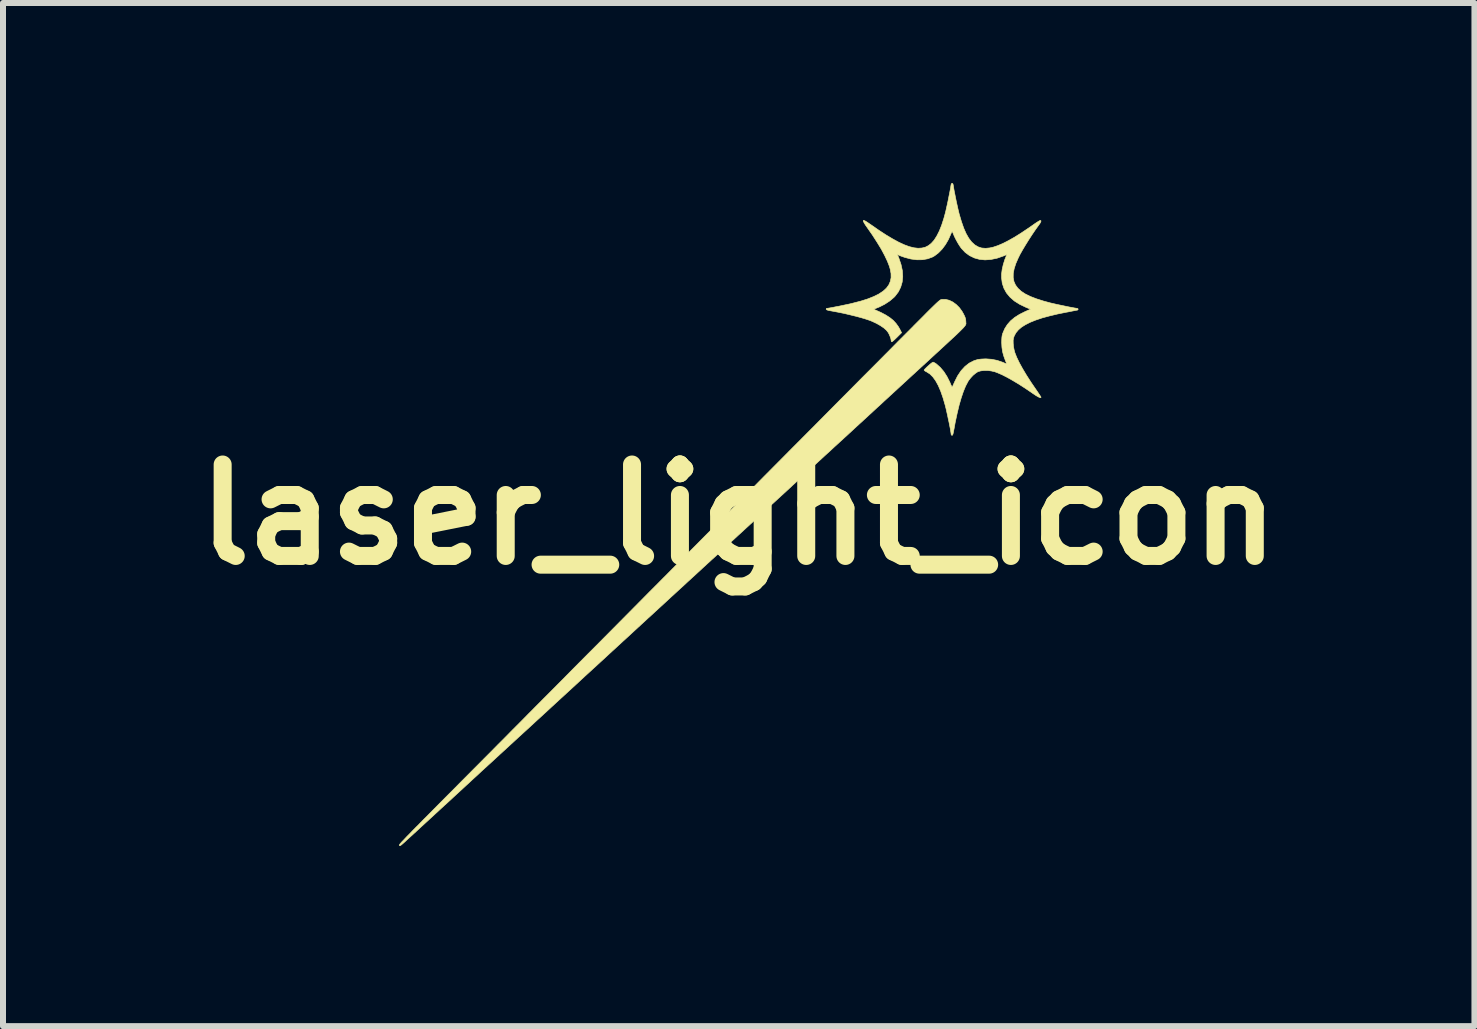
<source format=kicad_pcb>
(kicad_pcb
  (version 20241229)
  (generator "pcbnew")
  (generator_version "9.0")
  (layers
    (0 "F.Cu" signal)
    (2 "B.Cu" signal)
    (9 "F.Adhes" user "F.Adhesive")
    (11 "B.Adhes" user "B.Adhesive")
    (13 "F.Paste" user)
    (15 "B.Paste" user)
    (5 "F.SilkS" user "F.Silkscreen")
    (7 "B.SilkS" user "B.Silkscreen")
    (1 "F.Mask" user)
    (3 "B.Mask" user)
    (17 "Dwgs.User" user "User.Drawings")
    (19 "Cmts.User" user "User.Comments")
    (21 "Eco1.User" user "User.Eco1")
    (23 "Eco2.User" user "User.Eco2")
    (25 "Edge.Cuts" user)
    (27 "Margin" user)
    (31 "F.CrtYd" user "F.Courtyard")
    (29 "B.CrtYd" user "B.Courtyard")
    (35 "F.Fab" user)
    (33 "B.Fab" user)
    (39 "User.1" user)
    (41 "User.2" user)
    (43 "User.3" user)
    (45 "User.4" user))
  (footprint "laser_light_icon"
    (layer "F.Cu")
    (at 9.26 5.525)
    (property "Reference" "laser_light_icon" (at 0 0 0) (layer "F.SilkS") (effects (font (size 1.524 1.524) (thickness 0.3))))
    (attr through_hole)
    (fp_poly (pts (xy 3.448 -3.586) (xy 3.508 -3.571) (xy 3.568 -3.542) (xy 3.625 -3.5) (xy 3.677 -3.448) (xy 3.722 -3.386) (xy 3.746 -3.343) (xy 3.765 -3.305) (xy 3.776 -3.276) (xy 3.782 -3.251) (xy 3.784 -3.226) (xy 3.785 -3.217) (xy 3.785 -3.206) (xy 3.786 -3.197) (xy 3.787 -3.189) (xy 3.787 -3.181) (xy 3.785 -3.173) (xy 3.782 -3.164) (xy 3.776 -3.153) (xy 3.766 -3.14) (xy 3.753 -3.124) (xy 3.736 -3.105) (xy 3.713 -3.082) (xy 3.685 -3.054) (xy 3.651 -3.021) (xy 3.609 -2.981) (xy 3.56 -2.936) (xy 3.503 -2.883) (xy 3.437 -2.822) (xy 3.362 -2.753) (xy 3.277 -2.675) (xy 3.182 -2.587) (xy 3.075 -2.489) (xy 2.956 -2.38) (xy 2.951 -2.375) (xy 2.884 -2.314) (xy 2.818 -2.253) (xy 2.755 -2.195) (xy 2.695 -2.14) (xy 2.642 -2.091) (xy 2.595 -2.048) (xy 2.558 -2.014) (xy 2.531 -1.989) (xy 2.527 -1.986) (xy 2.504 -1.964) (xy 2.47 -1.933) (xy 2.425 -1.892) (xy 2.372 -1.842) (xy 2.31 -1.786) (xy 2.242 -1.723) (xy 2.168 -1.655) (xy 2.09 -1.583) (xy 2.009 -1.509) (xy 1.925 -1.432) (xy 1.841 -1.354) (xy 1.757 -1.277) (xy 1.674 -1.201) (xy 1.594 -1.128) (xy 1.518 -1.057) (xy 1.446 -0.992) (xy 1.38 -0.931) (xy 1.322 -0.878) (xy 1.272 -0.832) (xy 1.266 -0.826) (xy 1.214 -0.779) (xy 1.163 -0.732) (xy 1.115 -0.688) (xy 1.073 -0.649) (xy 1.038 -0.616) (xy 1.012 -0.593) (xy 1.008 -0.588) (xy 0.995 -0.577) (xy 0.983 -0.565) (xy 0.97 -0.554) (xy 0.956 -0.541) (xy 0.94 -0.526) (xy 0.921 -0.509) (xy 0.898 -0.488) (xy 0.871 -0.462) (xy 0.837 -0.431) (xy 0.797 -0.394) (xy 0.749 -0.35) (xy 0.692 -0.298) (xy 0.627 -0.238) (xy 0.55 -0.168) (xy 0.463 -0.088) (xy 0.428 -0.055) (xy 0.336 0.029) (xy 0.256 0.103) (xy 0.186 0.167) (xy 0.126 0.222) (xy 0.075 0.269) (xy 0.032 0.309) (xy -0.005 0.342) (xy -0.035 0.37) (xy -0.06 0.393) (xy -0.081 0.413) (xy -0.099 0.429) (xy -0.115 0.443) (xy -0.129 0.456) (xy -0.142 0.469) (xy -0.152 0.478) (xy -0.173 0.498) (xy -0.204 0.526) (xy -0.245 0.563) (xy -0.292 0.607) (xy -0.344 0.655) (xy -0.4 0.707) (xy -0.458 0.759) (xy -0.465 0.766) (xy -0.532 0.827) (xy -0.607 0.896) (xy -0.688 0.971) (xy -0.771 1.047) (xy -0.852 1.121) (xy -0.928 1.192) (xy -0.981 1.24) (xy -1.053 1.306) (xy -1.133 1.379) (xy -1.218 1.458) (xy -1.304 1.537) (xy -1.388 1.614) (xy -1.466 1.686) (xy -1.516 1.731) (xy -1.562 1.774) (xy -1.619 1.826) (xy -1.685 1.887) (xy -1.76 1.956) (xy -1.842 2.032) (xy -1.93 2.112) (xy -2.021 2.196) (xy -2.116 2.283) (xy -2.211 2.371) (xy -2.307 2.459) (xy -2.401 2.546) (xy -2.404 2.548) (xy -2.569 2.699) (xy -2.721 2.84) (xy -2.864 2.971) (xy -2.998 3.094) (xy -3.123 3.209) (xy -3.242 3.319) (xy -3.356 3.423) (xy -3.464 3.523) (xy -3.57 3.62) (xy -3.673 3.714) (xy -3.775 3.808) (xy -3.877 3.902) (xy -3.981 3.997) (xy -4.086 4.094) (xy -4.178 4.178) (xy -4.234 4.229) (xy -4.292 4.282) (xy -4.349 4.336) (xy -4.404 4.386) (xy -4.452 4.43) (xy -4.49 4.466) (xy -4.491 4.467) (xy -4.513 4.487) (xy -4.546 4.517) (xy -4.589 4.557) (xy -4.641 4.605) (xy -4.7 4.659) (xy -4.765 4.719) (xy -4.835 4.784) (xy -4.909 4.851) (xy -4.985 4.921) (xy -5.062 4.992) (xy -5.138 5.062) (xy -5.214 5.132) (xy -5.286 5.198) (xy -5.354 5.261) (xy -5.417 5.319) (xy -5.474 5.371) (xy -5.523 5.415) (xy -5.562 5.452) (xy -5.589 5.476) (xy -5.62 5.503) (xy -5.64 5.517) (xy -5.652 5.518) (xy -5.655 5.508) (xy -5.654 5.504) (xy -5.652 5.5) (xy -5.648 5.493) (xy -5.639 5.482) (xy -5.627 5.468) (xy -5.61 5.449) (xy -5.587 5.426) (xy -5.56 5.397) (xy -5.526 5.361) (xy -5.485 5.32) (xy -5.438 5.271) (xy -5.383 5.215) (xy -5.319 5.151) (xy -5.248 5.078) (xy -5.166 4.996) (xy -5.076 4.905) (xy -4.975 4.803) (xy -4.863 4.69) (xy -4.74 4.567) (xy -4.674 4.5) (xy -4.607 4.432) (xy -4.529 4.354) (xy -4.441 4.265) (xy -4.344 4.168) (xy -4.239 4.062) (xy -4.128 3.951) (xy -4.012 3.833) (xy -3.89 3.711) (xy -3.766 3.585) (xy -3.638 3.457) (xy -3.51 3.327) (xy -3.381 3.197) (xy -3.253 3.068) (xy -3.126 2.941) (xy -3.014 2.828) (xy -2.89 2.703) (xy -2.763 2.574) (xy -2.634 2.444) (xy -2.504 2.313) (xy -2.374 2.183) (xy -2.246 2.054) (xy -2.12 1.927) (xy -1.998 1.804) (xy -1.88 1.685) (xy -1.768 1.572) (xy -1.663 1.466) (xy -1.566 1.368) (xy -1.477 1.278) (xy -1.398 1.199) (xy -1.338 1.139) (xy -1.259 1.059) (xy -1.181 0.981) (xy -1.104 0.903) (xy -1.027 0.825) (xy -0.949 0.747) (xy -0.87 0.668) (xy -0.789 0.586) (xy -0.705 0.502) (xy -0.618 0.414) (xy -0.527 0.322) (xy -0.431 0.226) (xy -0.33 0.123) (xy -0.222 0.015) (xy -0.108 -0.1) (xy 0.014 -0.223) (xy 0.144 -0.354) (xy 0.283 -0.494) (xy 0.431 -0.644) (xy 0.59 -0.804) (xy 0.76 -0.975) (xy 0.83 -1.046) (xy 1.064 -1.281) (xy 1.286 -1.504) (xy 1.496 -1.716) (xy 1.695 -1.917) (xy 1.883 -2.106) (xy 2.06 -2.285) (xy 2.227 -2.452) (xy 2.383 -2.609) (xy 2.529 -2.756) (xy 2.664 -2.893) (xy 2.79 -3.019) (xy 2.907 -3.136) (xy 2.913 -3.143) (xy 2.996 -3.226) (xy 3.067 -3.297) (xy 3.128 -3.359) (xy 3.18 -3.411) (xy 3.224 -3.454) (xy 3.26 -3.489) (xy 3.289 -3.517) (xy 3.313 -3.539) (xy 3.332 -3.556) (xy 3.347 -3.567) (xy 3.358 -3.576) (xy 3.368 -3.581) (xy 3.376 -3.584) (xy 3.384 -3.585) (xy 3.389 -3.586) (xy 3.448 -3.586)) (stroke (width 0.01) (type solid)) (fill yes) (layer "F.SilkS"))
    (fp_poly (pts (xy 3.566 -5.516) (xy 3.572 -5.502) (xy 3.577 -5.476) (xy 3.582 -5.443) (xy 3.59 -5.397) (xy 3.601 -5.342) (xy 3.613 -5.281) (xy 3.626 -5.217) (xy 3.64 -5.154) (xy 3.653 -5.095) (xy 3.665 -5.045) (xy 3.674 -5.008) (xy 3.711 -4.883) (xy 3.749 -4.774) (xy 3.79 -4.681) (xy 3.834 -4.604) (xy 3.882 -4.542) (xy 3.933 -4.495) (xy 3.988 -4.462) (xy 4.049 -4.442) (xy 4.114 -4.437) (xy 4.185 -4.444) (xy 4.243 -4.457) (xy 4.32 -4.483) (xy 4.404 -4.519) (xy 4.496 -4.566) (xy 4.597 -4.623) (xy 4.707 -4.692) (xy 4.828 -4.773) (xy 4.9 -4.823) (xy 4.938 -4.85) (xy 4.973 -4.873) (xy 5.001 -4.89) (xy 5.019 -4.9) (xy 5.025 -4.902) (xy 5.036 -4.897) (xy 5.035 -4.88) (xy 5.02 -4.853) (xy 5.005 -4.832) (xy 4.946 -4.75) (xy 4.887 -4.663) (xy 4.83 -4.575) (xy 4.776 -4.488) (xy 4.727 -4.406) (xy 4.685 -4.331) (xy 4.657 -4.274) (xy 4.617 -4.182) (xy 4.59 -4.098) (xy 4.575 -4.02) (xy 4.574 -3.95) (xy 4.586 -3.885) (xy 4.612 -3.826) (xy 4.652 -3.772) (xy 4.706 -3.722) (xy 4.776 -3.676) (xy 4.862 -3.634) (xy 4.963 -3.595) (xy 5.08 -3.558) (xy 5.194 -3.527) (xy 5.238 -3.517) (xy 5.29 -3.505) (xy 5.346 -3.493) (xy 5.404 -3.481) (xy 5.461 -3.469) (xy 5.515 -3.458) (xy 5.563 -3.449) (xy 5.601 -3.442) (xy 5.628 -3.438) (xy 5.638 -3.437) (xy 5.652 -3.432) (xy 5.656 -3.42) (xy 5.649 -3.41) (xy 5.645 -3.408) (xy 5.634 -3.406) (xy 5.609 -3.401) (xy 5.572 -3.394) (xy 5.527 -3.385) (xy 5.477 -3.375) (xy 5.469 -3.374) (xy 5.315 -3.343) (xy 5.177 -3.31) (xy 5.055 -3.277) (xy 4.948 -3.241) (xy 4.856 -3.204) (xy 4.777 -3.164) (xy 4.712 -3.123) (xy 4.66 -3.078) (xy 4.62 -3.03) (xy 4.592 -2.979) (xy 4.579 -2.942) (xy 4.573 -2.902) (xy 4.574 -2.852) (xy 4.579 -2.797) (xy 4.59 -2.741) (xy 4.602 -2.697) (xy 4.633 -2.619) (xy 4.676 -2.53) (xy 4.731 -2.43) (xy 4.796 -2.321) (xy 4.872 -2.203) (xy 4.95 -2.089) (xy 4.978 -2.048) (xy 5.002 -2.012) (xy 5.021 -1.983) (xy 5.034 -1.963) (xy 5.038 -1.955) (xy 5.032 -1.947) (xy 5.017 -1.95) (xy 4.99 -1.962) (xy 4.951 -1.985) (xy 4.9 -2.019) (xy 4.888 -2.028) (xy 4.776 -2.104) (xy 4.669 -2.173) (xy 4.567 -2.234) (xy 4.473 -2.287) (xy 4.387 -2.331) (xy 4.31 -2.364) (xy 4.267 -2.38) (xy 4.211 -2.393) (xy 4.15 -2.401) (xy 4.09 -2.401) (xy 4.035 -2.395) (xy 3.991 -2.383) (xy 3.984 -2.38) (xy 3.946 -2.355) (xy 3.904 -2.32) (xy 3.865 -2.278) (xy 3.83 -2.233) (xy 3.82 -2.216) (xy 3.781 -2.142) (xy 3.744 -2.052) (xy 3.708 -1.946) (xy 3.673 -1.825) (xy 3.64 -1.687) (xy 3.607 -1.533) (xy 3.588 -1.427) (xy 3.579 -1.382) (xy 3.573 -1.352) (xy 3.567 -1.333) (xy 3.561 -1.323) (xy 3.554 -1.321) (xy 3.554 -1.321) (xy 3.542 -1.327) (xy 3.539 -1.341) (xy 3.537 -1.359) (xy 3.532 -1.39) (xy 3.525 -1.433) (xy 3.515 -1.483) (xy 3.504 -1.539) (xy 3.491 -1.598) (xy 3.479 -1.657) (xy 3.466 -1.714) (xy 3.455 -1.764) (xy 3.444 -1.807) (xy 3.442 -1.816) (xy 3.405 -1.944) (xy 3.366 -2.056) (xy 3.325 -2.151) (xy 3.281 -2.231) (xy 3.235 -2.294) (xy 3.186 -2.343) (xy 3.134 -2.376) (xy 3.131 -2.378) (xy 3.108 -2.39) (xy 3.093 -2.402) (xy 3.09 -2.407) (xy 3.096 -2.418) (xy 3.113 -2.436) (xy 3.136 -2.459) (xy 3.163 -2.483) (xy 3.19 -2.507) (xy 3.214 -2.526) (xy 3.232 -2.537) (xy 3.239 -2.54) (xy 3.253 -2.535) (xy 3.275 -2.523) (xy 3.294 -2.51) (xy 3.357 -2.454) (xy 3.417 -2.384) (xy 3.47 -2.301) (xy 3.517 -2.208) (xy 3.524 -2.191) (xy 3.537 -2.161) (xy 3.548 -2.138) (xy 3.554 -2.126) (xy 3.556 -2.125) (xy 3.561 -2.132) (xy 3.571 -2.152) (xy 3.584 -2.181) (xy 3.596 -2.208) (xy 3.647 -2.31) (xy 3.705 -2.397) (xy 3.77 -2.468) (xy 3.841 -2.524) (xy 3.919 -2.564) (xy 3.979 -2.583) (xy 4.008 -2.588) (xy 4.048 -2.592) (xy 4.092 -2.594) (xy 4.119 -2.595) (xy 4.214 -2.588) (xy 4.305 -2.57) (xy 4.399 -2.538) (xy 4.412 -2.532) (xy 4.467 -2.509) (xy 4.443 -2.568) (xy 4.415 -2.646) (xy 4.396 -2.717) (xy 4.386 -2.788) (xy 4.382 -2.865) (xy 4.382 -2.866) (xy 4.383 -2.915) (xy 4.385 -2.951) (xy 4.389 -2.981) (xy 4.396 -3.009) (xy 4.401 -3.023) (xy 4.433 -3.098) (xy 4.476 -3.166) (xy 4.53 -3.228) (xy 4.597 -3.284) (xy 4.677 -3.335) (xy 4.773 -3.383) (xy 4.83 -3.408) (xy 4.864 -3.422) (xy 4.786 -3.454) (xy 4.682 -3.504) (xy 4.593 -3.56) (xy 4.52 -3.624) (xy 4.461 -3.695) (xy 4.419 -3.772) (xy 4.391 -3.856) (xy 4.38 -3.947) (xy 4.38 -4.009) (xy 4.39 -4.086) (xy 4.409 -4.169) (xy 4.435 -4.252) (xy 4.447 -4.281) (xy 4.468 -4.333) (xy 4.41 -4.309) (xy 4.304 -4.272) (xy 4.201 -4.251) (xy 4.104 -4.244) (xy 4.012 -4.253) (xy 3.926 -4.277) (xy 3.846 -4.316) (xy 3.774 -4.369) (xy 3.71 -4.437) (xy 3.705 -4.444) (xy 3.678 -4.483) (xy 3.648 -4.532) (xy 3.619 -4.585) (xy 3.594 -4.635) (xy 3.577 -4.676) (xy 3.567 -4.699) (xy 3.559 -4.713) (xy 3.556 -4.716) (xy 3.55 -4.709) (xy 3.541 -4.69) (xy 3.535 -4.676) (xy 3.494 -4.583) (xy 3.445 -4.499) (xy 3.39 -4.425) (xy 3.329 -4.362) (xy 3.265 -4.313) (xy 3.231 -4.293) (xy 3.15 -4.263) (xy 3.062 -4.247) (xy 2.968 -4.246) (xy 2.869 -4.259) (xy 2.766 -4.286) (xy 2.696 -4.311) (xy 2.644 -4.333) (xy 2.669 -4.273) (xy 2.705 -4.166) (xy 2.727 -4.064) (xy 2.733 -3.966) (xy 2.724 -3.875) (xy 2.699 -3.79) (xy 2.66 -3.711) (xy 2.606 -3.64) (xy 2.587 -3.62) (xy 2.516 -3.56) (xy 2.432 -3.505) (xy 2.341 -3.459) (xy 2.318 -3.45) (xy 2.249 -3.422) (xy 2.274 -3.411) (xy 2.37 -3.368) (xy 2.451 -3.325) (xy 2.518 -3.282) (xy 2.575 -3.236) (xy 2.621 -3.186) (xy 2.66 -3.132) (xy 2.682 -3.094) (xy 2.714 -3.031) (xy 2.638 -2.955) (xy 2.608 -2.926) (xy 2.582 -2.902) (xy 2.562 -2.886) (xy 2.551 -2.879) (xy 2.551 -2.879) (xy 2.543 -2.886) (xy 2.54 -2.902) (xy 2.535 -2.932) (xy 2.522 -2.969) (xy 2.504 -3.01) (xy 2.49 -3.035) (xy 2.461 -3.072) (xy 2.417 -3.111) (xy 2.361 -3.149) (xy 2.296 -3.186) (xy 2.223 -3.22) (xy 2.189 -3.234) (xy 2.124 -3.256) (xy 2.045 -3.28) (xy 1.956 -3.304) (xy 1.858 -3.328) (xy 1.757 -3.352) (xy 1.653 -3.373) (xy 1.551 -3.392) (xy 1.524 -3.397) (xy 1.489 -3.404) (xy 1.469 -3.411) (xy 1.459 -3.419) (xy 1.458 -3.423) (xy 1.461 -3.435) (xy 1.473 -3.437) (xy 1.489 -3.439) (xy 1.519 -3.444) (xy 1.559 -3.451) (xy 1.608 -3.461) (xy 1.663 -3.471) (xy 1.72 -3.483) (xy 1.776 -3.495) (xy 1.83 -3.506) (xy 1.878 -3.517) (xy 1.905 -3.524) (xy 2.037 -3.558) (xy 2.153 -3.595) (xy 2.253 -3.635) (xy 2.337 -3.677) (xy 2.406 -3.723) (xy 2.461 -3.773) (xy 2.5 -3.826) (xy 2.526 -3.885) (xy 2.539 -3.948) (xy 2.538 -4.017) (xy 2.524 -4.091) (xy 2.51 -4.139) (xy 2.477 -4.223) (xy 2.432 -4.318) (xy 2.376 -4.423) (xy 2.307 -4.536) (xy 2.228 -4.659) (xy 2.147 -4.775) (xy 2.112 -4.825) (xy 2.089 -4.863) (xy 2.076 -4.888) (xy 2.076 -4.901) (xy 2.087 -4.902) (xy 2.111 -4.891) (xy 2.146 -4.869) (xy 2.195 -4.835) (xy 2.2 -4.832) (xy 2.332 -4.74) (xy 2.453 -4.661) (xy 2.565 -4.594) (xy 2.666 -4.539) (xy 2.759 -4.496) (xy 2.843 -4.465) (xy 2.92 -4.446) (xy 2.99 -4.438) (xy 3.053 -4.442) (xy 3.11 -4.456) (xy 3.161 -4.482) (xy 3.208 -4.519) (xy 3.251 -4.567) (xy 3.257 -4.574) (xy 3.301 -4.643) (xy 3.343 -4.726) (xy 3.382 -4.824) (xy 3.418 -4.935) (xy 3.442 -5.023) (xy 3.452 -5.063) (xy 3.463 -5.113) (xy 3.476 -5.171) (xy 3.489 -5.232) (xy 3.501 -5.294) (xy 3.513 -5.352) (xy 3.523 -5.405) (xy 3.531 -5.447) (xy 3.535 -5.476) (xy 3.54 -5.503) (xy 3.547 -5.517) (xy 3.556 -5.52) (xy 3.566 -5.516)) (stroke (width 0.01) (type solid)) (fill yes) (layer "F.SilkS")))
  (gr_rect
    (start -3 -3)
    (end 21.52 14.049)
    (stroke (width 0.1) (type default))
    (fill no)
    (layer "Edge.Cuts")))
</source>
